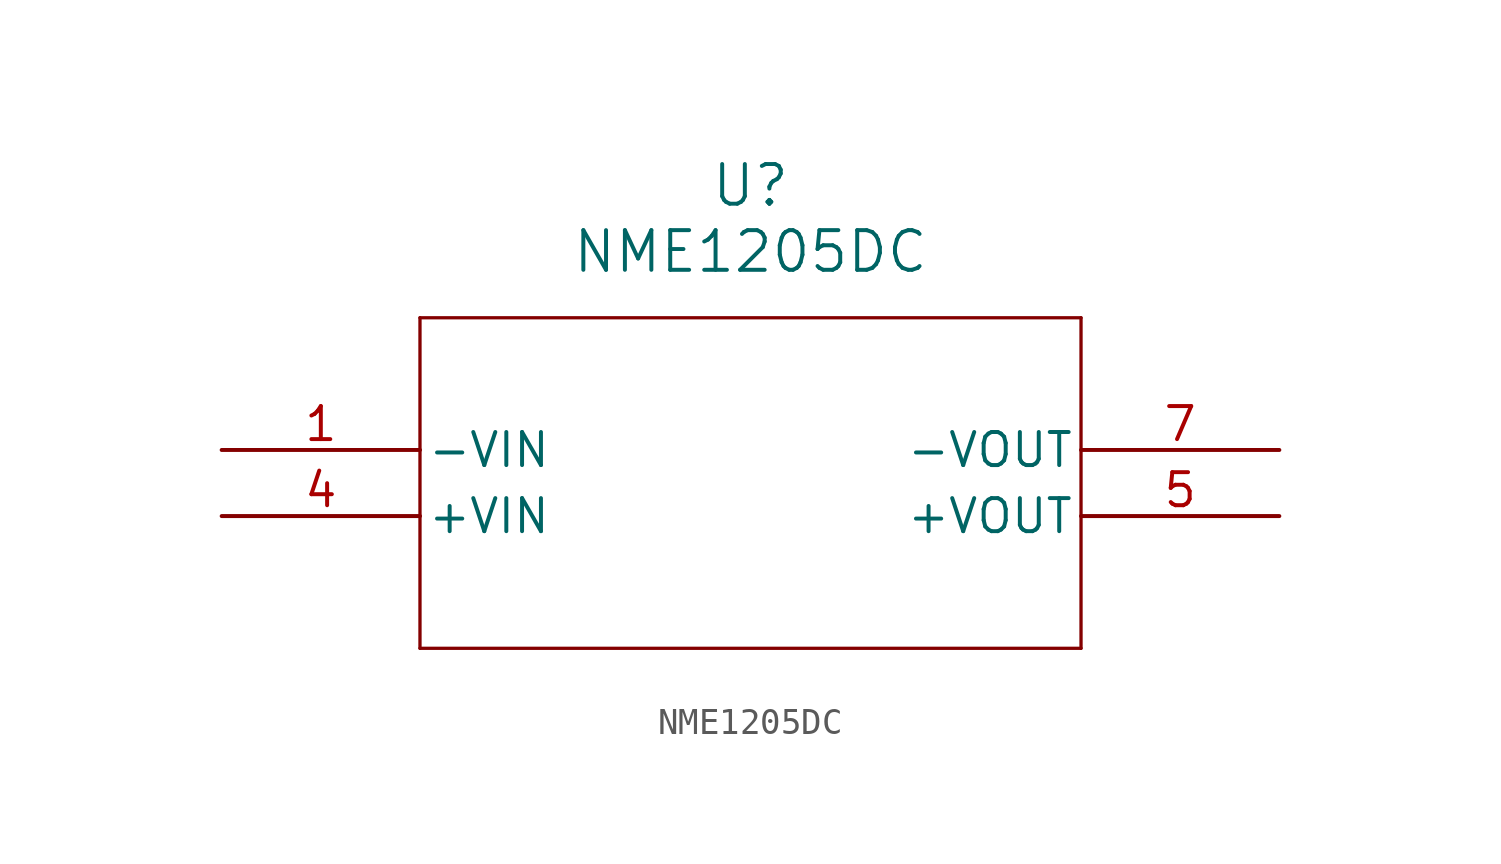
<source format=kicad_sym>
(kicad_symbol_lib
  (version 20211014)
  (generator kicad_symbol_editor)
  (symbol "NME1205DC"
    (pin_names
      (offset 0.254))
    (property "Reference" "U"
      (at 20.32 10.16 0)
      (effects (font (size 1.524 1.524))))
    (property "Value" "NME1205DC"
      (at 20.32 7.62 0)
      (effects (font (size 1.524 1.524))))
    (symbol "NME1205DC_0_1"
      (polyline (pts (xy 7.62 5.08) (xy 7.62 -7.62)) (stroke (width 0.127) (type default) (color 0 0 0 0)) (fill (type none)))
      (polyline (pts (xy 7.62 -7.62) (xy 33.02 -7.62)) (stroke (width 0.127) (type default) (color 0 0 0 0)) (fill (type none)))
      (polyline (pts (xy 33.02 -7.62) (xy 33.02 5.08)) (stroke (width 0.127) (type default) (color 0 0 0 0)) (fill (type none)))
      (polyline (pts (xy 33.02 5.08) (xy 7.62 5.08)) (stroke (width 0.127) (type default) (color 0 0 0 0)) (fill (type none)))
      (pin power_in line (at 0 0 0) (length 7.62) (name "-VIN" (effects (font (size 1.27 1.27)))) (number "1" (effects (font (size 1.27 1.27)))))
      (pin power_in line (at 0 -2.54 0) (length 7.62) (name "+VIN" (effects (font (size 1.27 1.27)))) (number "4" (effects (font (size 1.27 1.27)))))
      (pin output line (at 40.64 -2.54 180) (length 7.62) (name "+VOUT" (effects (font (size 1.27 1.27)))) (number "5" (effects (font (size 1.27 1.27)))))
      (pin output line (at 40.64 0 180) (length 7.62) (name "-VOUT" (effects (font (size 1.27 1.27)))) (number "7" (effects (font (size 1.27 1.27))))))))
</source>
